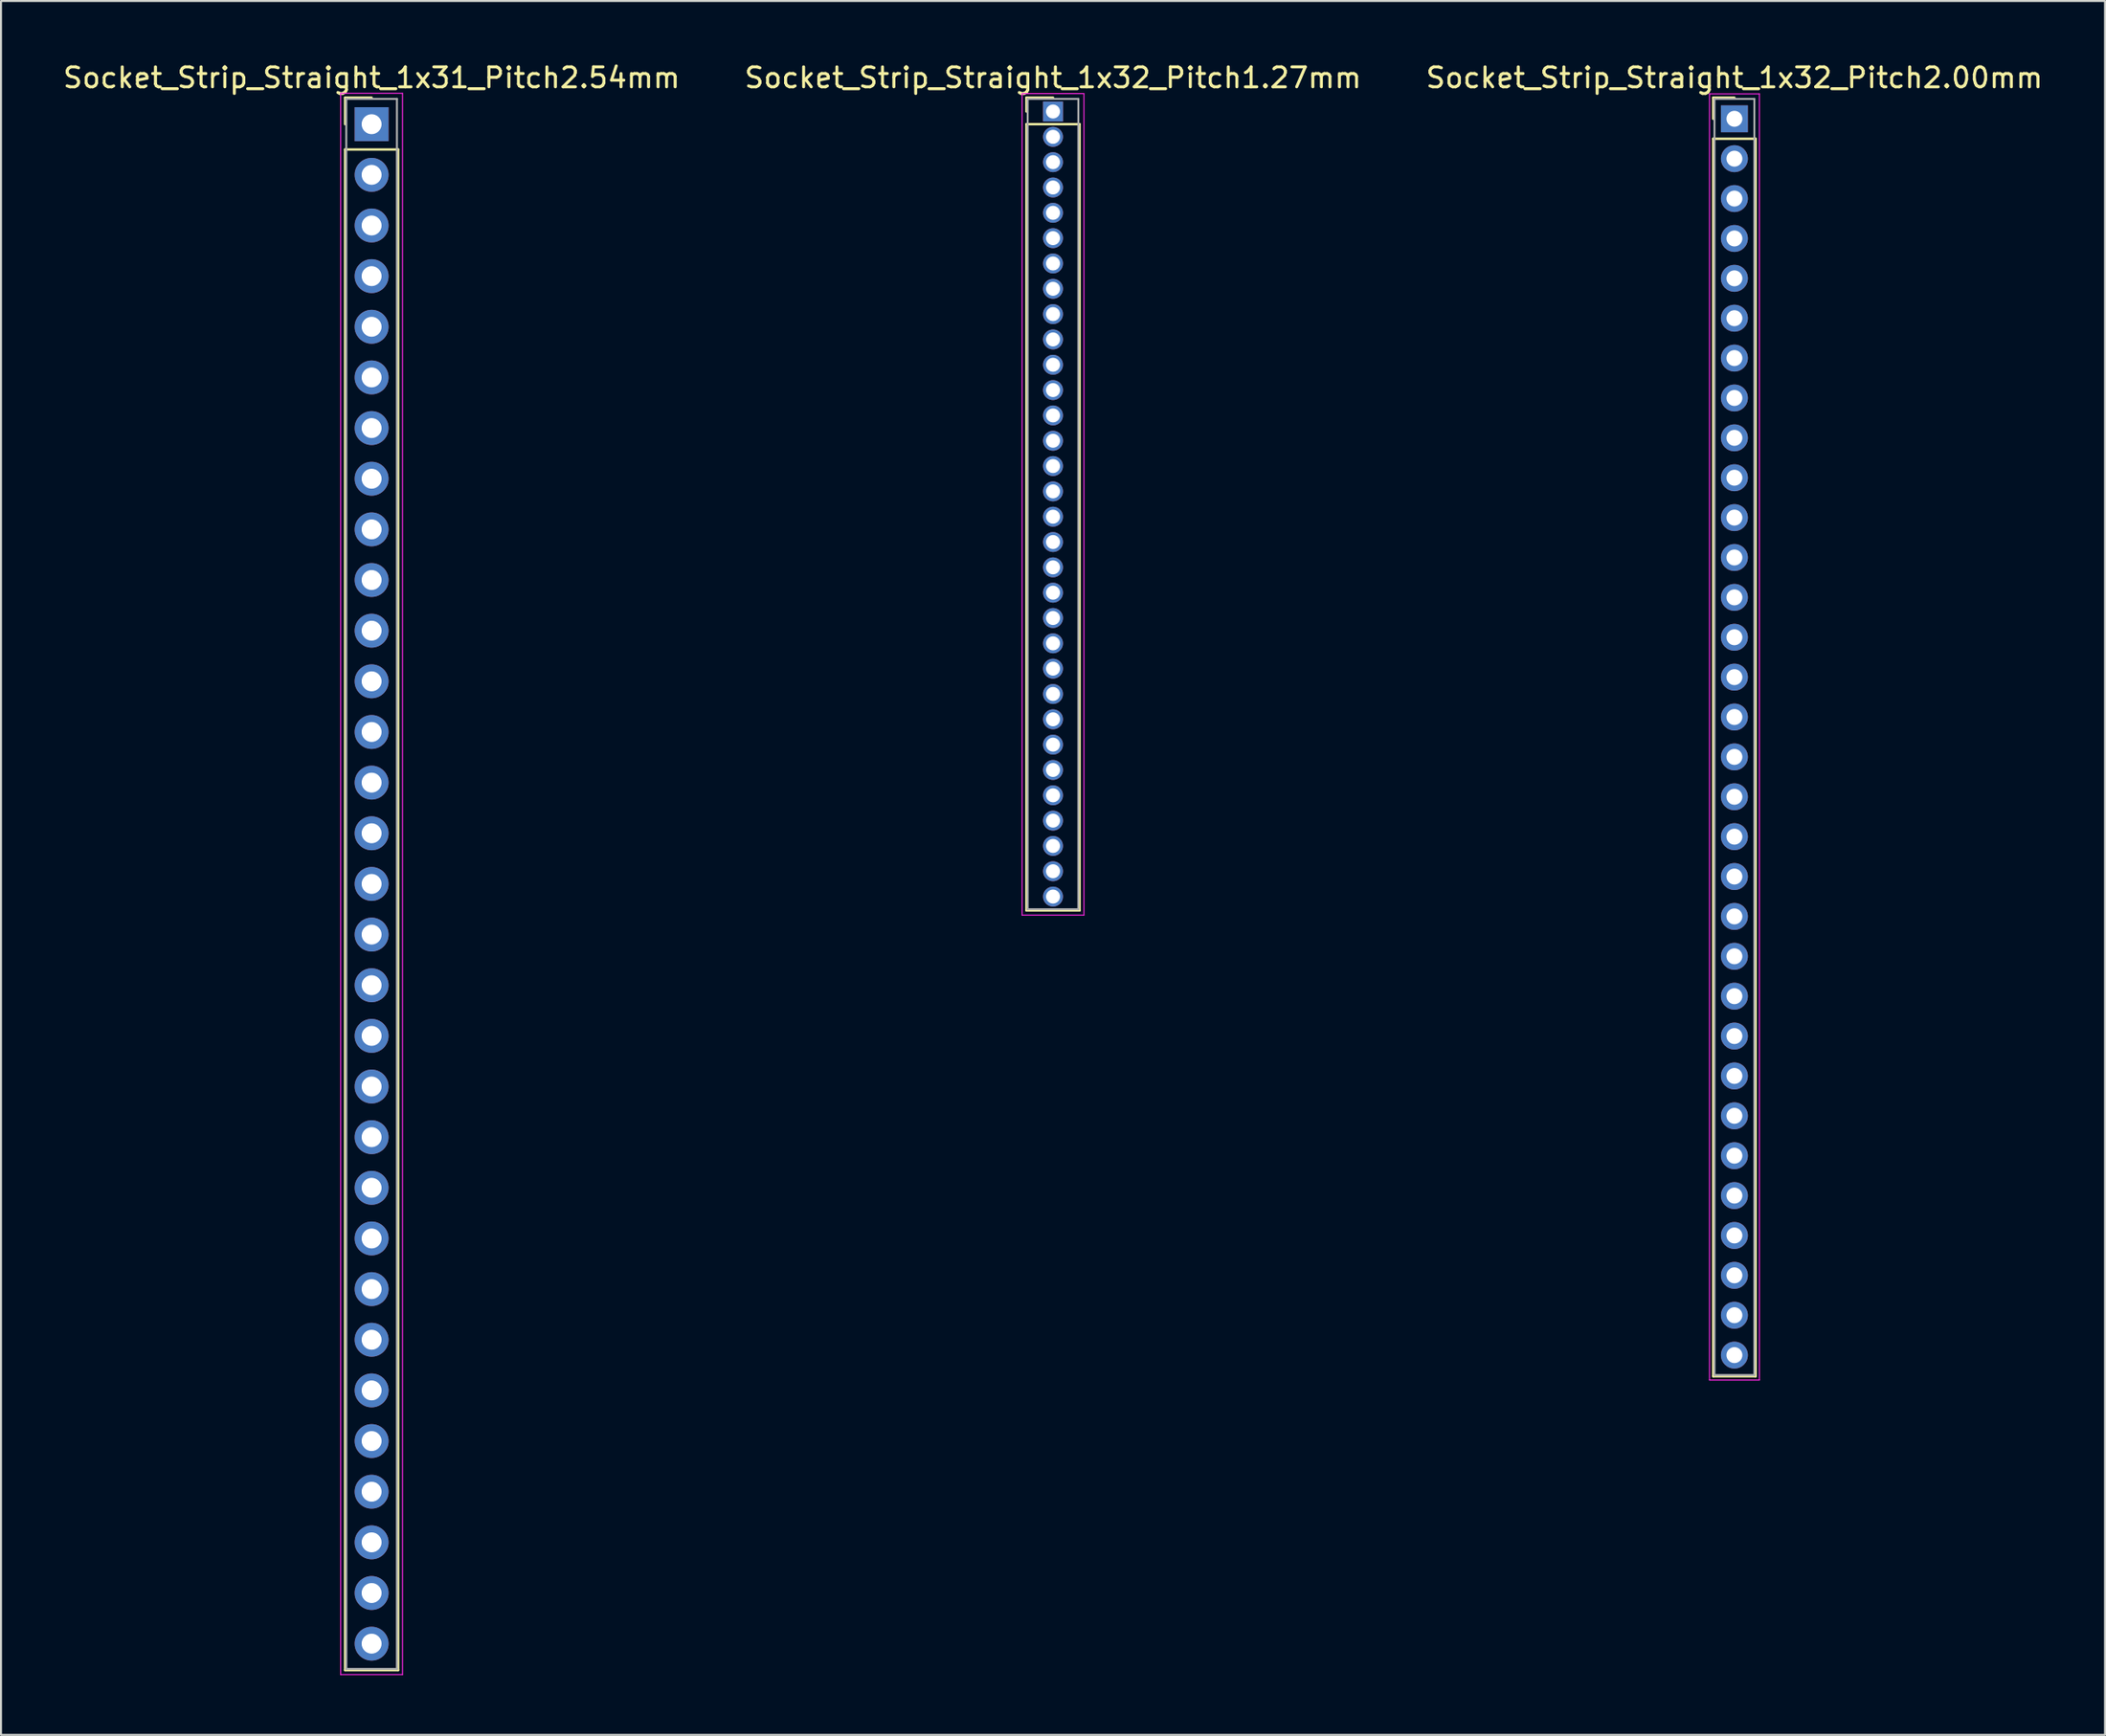
<source format=kicad_pcb>
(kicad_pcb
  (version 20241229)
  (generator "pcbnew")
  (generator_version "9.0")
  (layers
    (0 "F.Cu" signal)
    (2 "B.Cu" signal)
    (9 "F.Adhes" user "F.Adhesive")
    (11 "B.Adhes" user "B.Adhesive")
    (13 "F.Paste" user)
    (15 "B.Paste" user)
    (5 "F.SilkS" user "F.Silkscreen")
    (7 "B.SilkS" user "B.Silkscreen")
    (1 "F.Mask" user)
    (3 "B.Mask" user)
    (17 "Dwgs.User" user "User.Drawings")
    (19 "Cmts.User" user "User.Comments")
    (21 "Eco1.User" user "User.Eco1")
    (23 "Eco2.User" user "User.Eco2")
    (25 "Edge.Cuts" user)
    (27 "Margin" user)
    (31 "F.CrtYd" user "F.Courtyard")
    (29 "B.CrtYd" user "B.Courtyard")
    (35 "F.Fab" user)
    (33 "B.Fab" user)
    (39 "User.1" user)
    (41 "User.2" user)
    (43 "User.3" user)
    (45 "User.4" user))
  (footprint "Socket_Strip_Straight_1x31_Pitch2.54mm"
    (layer "F.Cu")
    (at 15.577 3.178)
    (property "Reference" "Socket_Strip_Straight_1x31_Pitch2.54mm" (at 0 -2.33 0) (layer "F.SilkS") (effects (font (size 1 1) (thickness 0.15))))
    (attr through_hole)
    (fp_line (start -1.33 -1.33) (end 0 -1.33) (stroke (width 0.12) (type solid)) (layer "F.SilkS"))
    (fp_line (start -1.33 0) (end -1.33 -1.33) (stroke (width 0.12) (type solid)) (layer "F.SilkS"))
    (fp_line (start -1.33 1.27) (end -1.33 77.53) (stroke (width 0.12) (type solid)) (layer "F.SilkS"))
    (fp_line (start -1.33 77.53) (end 1.33 77.53) (stroke (width 0.12) (type solid)) (layer "F.SilkS"))
    (fp_line (start 1.33 1.27) (end -1.33 1.27) (stroke (width 0.12) (type solid)) (layer "F.SilkS"))
    (fp_line (start 1.33 77.53) (end 1.33 1.27) (stroke (width 0.12) (type solid)) (layer "F.SilkS"))
    (fp_line (start -1.55 -1.55) (end -1.55 77.75) (stroke (width 0.05) (type solid)) (layer "F.CrtYd"))
    (fp_line (start -1.55 77.75) (end 1.55 77.75) (stroke (width 0.05) (type solid)) (layer "F.CrtYd"))
    (fp_line (start 1.55 -1.55) (end -1.55 -1.55) (stroke (width 0.05) (type solid)) (layer "F.CrtYd"))
    (fp_line (start 1.55 77.75) (end 1.55 -1.55) (stroke (width 0.05) (type solid)) (layer "F.CrtYd"))
    (fp_line (start -1.27 -1.27) (end -1.27 77.47) (stroke (width 0.1) (type solid)) (layer "F.Fab"))
    (fp_line (start -1.27 77.47) (end 1.27 77.47) (stroke (width 0.1) (type solid)) (layer "F.Fab"))
    (fp_line (start 1.27 -1.27) (end -1.27 -1.27) (stroke (width 0.1) (type solid)) (layer "F.Fab"))
    (fp_line (start 1.27 77.47) (end 1.27 -1.27) (stroke (width 0.1) (type solid)) (layer "F.Fab"))
    (pad "1" thru_hole rect (at 0 0) (size 1.7 1.7) (drill 1) (layers "*.Cu" "*.Mask"))
    (pad "2" thru_hole oval (at 0 2.54) (size 1.7 1.7) (drill 1) (layers "*.Cu" "*.Mask"))
    (pad "3" thru_hole oval (at 0 5.08) (size 1.7 1.7) (drill 1) (layers "*.Cu" "*.Mask"))
    (pad "4" thru_hole oval (at 0 7.62) (size 1.7 1.7) (drill 1) (layers "*.Cu" "*.Mask"))
    (pad "5" thru_hole oval (at 0 10.16) (size 1.7 1.7) (drill 1) (layers "*.Cu" "*.Mask"))
    (pad "6" thru_hole oval (at 0 12.7) (size 1.7 1.7) (drill 1) (layers "*.Cu" "*.Mask"))
    (pad "7" thru_hole oval (at 0 15.24) (size 1.7 1.7) (drill 1) (layers "*.Cu" "*.Mask"))
    (pad "8" thru_hole oval (at 0 17.78) (size 1.7 1.7) (drill 1) (layers "*.Cu" "*.Mask"))
    (pad "9" thru_hole oval (at 0 20.32) (size 1.7 1.7) (drill 1) (layers "*.Cu" "*.Mask"))
    (pad "10" thru_hole oval (at 0 22.86) (size 1.7 1.7) (drill 1) (layers "*.Cu" "*.Mask"))
    (pad "11" thru_hole oval (at 0 25.4) (size 1.7 1.7) (drill 1) (layers "*.Cu" "*.Mask"))
    (pad "12" thru_hole oval (at 0 27.94) (size 1.7 1.7) (drill 1) (layers "*.Cu" "*.Mask"))
    (pad "13" thru_hole oval (at 0 30.48) (size 1.7 1.7) (drill 1) (layers "*.Cu" "*.Mask"))
    (pad "14" thru_hole oval (at 0 33.02) (size 1.7 1.7) (drill 1) (layers "*.Cu" "*.Mask"))
    (pad "15" thru_hole oval (at 0 35.56) (size 1.7 1.7) (drill 1) (layers "*.Cu" "*.Mask"))
    (pad "16" thru_hole oval (at 0 38.1) (size 1.7 1.7) (drill 1) (layers "*.Cu" "*.Mask"))
    (pad "17" thru_hole oval (at 0 40.64) (size 1.7 1.7) (drill 1) (layers "*.Cu" "*.Mask"))
    (pad "18" thru_hole oval (at 0 43.18) (size 1.7 1.7) (drill 1) (layers "*.Cu" "*.Mask"))
    (pad "19" thru_hole oval (at 0 45.72) (size 1.7 1.7) (drill 1) (layers "*.Cu" "*.Mask"))
    (pad "20" thru_hole oval (at 0 48.26) (size 1.7 1.7) (drill 1) (layers "*.Cu" "*.Mask"))
    (pad "21" thru_hole oval (at 0 50.8) (size 1.7 1.7) (drill 1) (layers "*.Cu" "*.Mask"))
    (pad "22" thru_hole oval (at 0 53.34) (size 1.7 1.7) (drill 1) (layers "*.Cu" "*.Mask"))
    (pad "23" thru_hole oval (at 0 55.88) (size 1.7 1.7) (drill 1) (layers "*.Cu" "*.Mask"))
    (pad "24" thru_hole oval (at 0 58.42) (size 1.7 1.7) (drill 1) (layers "*.Cu" "*.Mask"))
    (pad "25" thru_hole oval (at 0 60.96) (size 1.7 1.7) (drill 1) (layers "*.Cu" "*.Mask"))
    (pad "26" thru_hole oval (at 0 63.5) (size 1.7 1.7) (drill 1) (layers "*.Cu" "*.Mask"))
    (pad "27" thru_hole oval (at 0 66.04) (size 1.7 1.7) (drill 1) (layers "*.Cu" "*.Mask"))
    (pad "28" thru_hole oval (at 0 68.58) (size 1.7 1.7) (drill 1) (layers "*.Cu" "*.Mask"))
    (pad "29" thru_hole oval (at 0 71.12) (size 1.7 1.7) (drill 1) (layers "*.Cu" "*.Mask"))
    (pad "30" thru_hole oval (at 0 73.66) (size 1.7 1.7) (drill 1) (layers "*.Cu" "*.Mask"))
    (pad "31" thru_hole oval (at 0 76.2) (size 1.7 1.7) (drill 1) (layers "*.Cu" "*.Mask")))
  (footprint "Socket_Strip_Straight_1x32_Pitch1.27mm"
    (layer "F.Cu")
    (at 49.732 2.543)
    (property "Reference" "Socket_Strip_Straight_1x32_Pitch1.27mm" (at 0 -1.695 0) (layer "F.SilkS") (effects (font (size 1 1) (thickness 0.15))))
    (attr through_hole)
    (fp_line (start -1.33 -0.695) (end 0 -0.695) (stroke (width 0.12) (type solid)) (layer "F.SilkS"))
    (fp_line (start -1.33 0) (end -1.33 -0.695) (stroke (width 0.12) (type solid)) (layer "F.SilkS"))
    (fp_line (start -1.33 0.635) (end -1.33 40.065) (stroke (width 0.12) (type solid)) (layer "F.SilkS"))
    (fp_line (start -1.33 40.065) (end 1.33 40.065) (stroke (width 0.12) (type solid)) (layer "F.SilkS"))
    (fp_line (start 1.33 0.635) (end -1.33 0.635) (stroke (width 0.12) (type solid)) (layer "F.SilkS"))
    (fp_line (start 1.33 40.065) (end 1.33 0.635) (stroke (width 0.12) (type solid)) (layer "F.SilkS"))
    (fp_line (start -1.55 -0.9) (end -1.55 40.3) (stroke (width 0.05) (type solid)) (layer "F.CrtYd"))
    (fp_line (start -1.55 40.3) (end 1.55 40.3) (stroke (width 0.05) (type solid)) (layer "F.CrtYd"))
    (fp_line (start 1.55 -0.9) (end -1.55 -0.9) (stroke (width 0.05) (type solid)) (layer "F.CrtYd"))
    (fp_line (start 1.55 40.3) (end 1.55 -0.9) (stroke (width 0.05) (type solid)) (layer "F.CrtYd"))
    (fp_line (start -1.27 -0.635) (end -1.27 40.005) (stroke (width 0.1) (type solid)) (layer "F.Fab"))
    (fp_line (start -1.27 40.005) (end 1.27 40.005) (stroke (width 0.1) (type solid)) (layer "F.Fab"))
    (fp_line (start 1.27 -0.635) (end -1.27 -0.635) (stroke (width 0.1) (type solid)) (layer "F.Fab"))
    (fp_line (start 1.27 40.005) (end 1.27 -0.635) (stroke (width 0.1) (type solid)) (layer "F.Fab"))
    (pad "1" thru_hole rect (at 0 0) (size 1 1) (drill 0.7) (layers "*.Cu" "*.Mask"))
    (pad "2" thru_hole oval (at 0 1.27) (size 1 1) (drill 0.7) (layers "*.Cu" "*.Mask"))
    (pad "3" thru_hole oval (at 0 2.54) (size 1 1) (drill 0.7) (layers "*.Cu" "*.Mask"))
    (pad "4" thru_hole oval (at 0 3.81) (size 1 1) (drill 0.7) (layers "*.Cu" "*.Mask"))
    (pad "5" thru_hole oval (at 0 5.08) (size 1 1) (drill 0.7) (layers "*.Cu" "*.Mask"))
    (pad "6" thru_hole oval (at 0 6.35) (size 1 1) (drill 0.7) (layers "*.Cu" "*.Mask"))
    (pad "7" thru_hole oval (at 0 7.62) (size 1 1) (drill 0.7) (layers "*.Cu" "*.Mask"))
    (pad "8" thru_hole oval (at 0 8.89) (size 1 1) (drill 0.7) (layers "*.Cu" "*.Mask"))
    (pad "9" thru_hole oval (at 0 10.16) (size 1 1) (drill 0.7) (layers "*.Cu" "*.Mask"))
    (pad "10" thru_hole oval (at 0 11.43) (size 1 1) (drill 0.7) (layers "*.Cu" "*.Mask"))
    (pad "11" thru_hole oval (at 0 12.7) (size 1 1) (drill 0.7) (layers "*.Cu" "*.Mask"))
    (pad "12" thru_hole oval (at 0 13.97) (size 1 1) (drill 0.7) (layers "*.Cu" "*.Mask"))
    (pad "13" thru_hole oval (at 0 15.24) (size 1 1) (drill 0.7) (layers "*.Cu" "*.Mask"))
    (pad "14" thru_hole oval (at 0 16.51) (size 1 1) (drill 0.7) (layers "*.Cu" "*.Mask"))
    (pad "15" thru_hole oval (at 0 17.78) (size 1 1) (drill 0.7) (layers "*.Cu" "*.Mask"))
    (pad "16" thru_hole oval (at 0 19.05) (size 1 1) (drill 0.7) (layers "*.Cu" "*.Mask"))
    (pad "17" thru_hole oval (at 0 20.32) (size 1 1) (drill 0.7) (layers "*.Cu" "*.Mask"))
    (pad "18" thru_hole oval (at 0 21.59) (size 1 1) (drill 0.7) (layers "*.Cu" "*.Mask"))
    (pad "19" thru_hole oval (at 0 22.86) (size 1 1) (drill 0.7) (layers "*.Cu" "*.Mask"))
    (pad "20" thru_hole oval (at 0 24.13) (size 1 1) (drill 0.7) (layers "*.Cu" "*.Mask"))
    (pad "21" thru_hole oval (at 0 25.4) (size 1 1) (drill 0.7) (layers "*.Cu" "*.Mask"))
    (pad "22" thru_hole oval (at 0 26.67) (size 1 1) (drill 0.7) (layers "*.Cu" "*.Mask"))
    (pad "23" thru_hole oval (at 0 27.94) (size 1 1) (drill 0.7) (layers "*.Cu" "*.Mask"))
    (pad "24" thru_hole oval (at 0 29.21) (size 1 1) (drill 0.7) (layers "*.Cu" "*.Mask"))
    (pad "25" thru_hole oval (at 0 30.48) (size 1 1) (drill 0.7) (layers "*.Cu" "*.Mask"))
    (pad "26" thru_hole oval (at 0 31.75) (size 1 1) (drill 0.7) (layers "*.Cu" "*.Mask"))
    (pad "27" thru_hole oval (at 0 33.02) (size 1 1) (drill 0.7) (layers "*.Cu" "*.Mask"))
    (pad "28" thru_hole oval (at 0 34.29) (size 1 1) (drill 0.7) (layers "*.Cu" "*.Mask"))
    (pad "29" thru_hole oval (at 0 35.56) (size 1 1) (drill 0.7) (layers "*.Cu" "*.Mask"))
    (pad "30" thru_hole oval (at 0 36.83) (size 1 1) (drill 0.7) (layers "*.Cu" "*.Mask"))
    (pad "31" thru_hole oval (at 0 38.1) (size 1 1) (drill 0.7) (layers "*.Cu" "*.Mask"))
    (pad "32" thru_hole oval (at 0 39.37) (size 1 1) (drill 0.7) (layers "*.Cu" "*.Mask")))
  (footprint "Socket_Strip_Straight_1x32_Pitch2.00mm"
    (layer "F.Cu")
    (at 83.887 2.908)
    (property "Reference" "Socket_Strip_Straight_1x32_Pitch2.00mm" (at 0 -2.06 0) (layer "F.SilkS") (effects (font (size 1 1) (thickness 0.15))))
    (attr through_hole)
    (fp_line (start -1.06 -1.06) (end 0 -1.06) (stroke (width 0.12) (type solid)) (layer "F.SilkS"))
    (fp_line (start -1.06 0) (end -1.06 -1.06) (stroke (width 0.12) (type solid)) (layer "F.SilkS"))
    (fp_line (start -1.06 1) (end -1.06 63.06) (stroke (width 0.12) (type solid)) (layer "F.SilkS"))
    (fp_line (start -1.06 63.06) (end 1.06 63.06) (stroke (width 0.12) (type solid)) (layer "F.SilkS"))
    (fp_line (start 1.06 1) (end -1.06 1) (stroke (width 0.12) (type solid)) (layer "F.SilkS"))
    (fp_line (start 1.06 63.06) (end 1.06 1) (stroke (width 0.12) (type solid)) (layer "F.SilkS"))
    (fp_line (start -1.25 -1.25) (end -1.25 63.25) (stroke (width 0.05) (type solid)) (layer "F.CrtYd"))
    (fp_line (start -1.25 63.25) (end 1.25 63.25) (stroke (width 0.05) (type solid)) (layer "F.CrtYd"))
    (fp_line (start 1.25 -1.25) (end -1.25 -1.25) (stroke (width 0.05) (type solid)) (layer "F.CrtYd"))
    (fp_line (start 1.25 63.25) (end 1.25 -1.25) (stroke (width 0.05) (type solid)) (layer "F.CrtYd"))
    (fp_line (start -1 -1) (end -1 63) (stroke (width 0.1) (type solid)) (layer "F.Fab"))
    (fp_line (start -1 63) (end 1 63) (stroke (width 0.1) (type solid)) (layer "F.Fab"))
    (fp_line (start 1 -1) (end -1 -1) (stroke (width 0.1) (type solid)) (layer "F.Fab"))
    (fp_line (start 1 63) (end 1 -1) (stroke (width 0.1) (type solid)) (layer "F.Fab"))
    (pad "1" thru_hole rect (at 0 0) (size 1.35 1.35) (drill 0.8) (layers "*.Cu" "*.Mask"))
    (pad "2" thru_hole oval (at 0 2) (size 1.35 1.35) (drill 0.8) (layers "*.Cu" "*.Mask"))
    (pad "3" thru_hole oval (at 0 4) (size 1.35 1.35) (drill 0.8) (layers "*.Cu" "*.Mask"))
    (pad "4" thru_hole oval (at 0 6) (size 1.35 1.35) (drill 0.8) (layers "*.Cu" "*.Mask"))
    (pad "5" thru_hole oval (at 0 8) (size 1.35 1.35) (drill 0.8) (layers "*.Cu" "*.Mask"))
    (pad "6" thru_hole oval (at 0 10) (size 1.35 1.35) (drill 0.8) (layers "*.Cu" "*.Mask"))
    (pad "7" thru_hole oval (at 0 12) (size 1.35 1.35) (drill 0.8) (layers "*.Cu" "*.Mask"))
    (pad "8" thru_hole oval (at 0 14) (size 1.35 1.35) (drill 0.8) (layers "*.Cu" "*.Mask"))
    (pad "9" thru_hole oval (at 0 16) (size 1.35 1.35) (drill 0.8) (layers "*.Cu" "*.Mask"))
    (pad "10" thru_hole oval (at 0 18) (size 1.35 1.35) (drill 0.8) (layers "*.Cu" "*.Mask"))
    (pad "11" thru_hole oval (at 0 20) (size 1.35 1.35) (drill 0.8) (layers "*.Cu" "*.Mask"))
    (pad "12" thru_hole oval (at 0 22) (size 1.35 1.35) (drill 0.8) (layers "*.Cu" "*.Mask"))
    (pad "13" thru_hole oval (at 0 24) (size 1.35 1.35) (drill 0.8) (layers "*.Cu" "*.Mask"))
    (pad "14" thru_hole oval (at 0 26) (size 1.35 1.35) (drill 0.8) (layers "*.Cu" "*.Mask"))
    (pad "15" thru_hole oval (at 0 28) (size 1.35 1.35) (drill 0.8) (layers "*.Cu" "*.Mask"))
    (pad "16" thru_hole oval (at 0 30) (size 1.35 1.35) (drill 0.8) (layers "*.Cu" "*.Mask"))
    (pad "17" thru_hole oval (at 0 32) (size 1.35 1.35) (drill 0.8) (layers "*.Cu" "*.Mask"))
    (pad "18" thru_hole oval (at 0 34) (size 1.35 1.35) (drill 0.8) (layers "*.Cu" "*.Mask"))
    (pad "19" thru_hole oval (at 0 36) (size 1.35 1.35) (drill 0.8) (layers "*.Cu" "*.Mask"))
    (pad "20" thru_hole oval (at 0 38) (size 1.35 1.35) (drill 0.8) (layers "*.Cu" "*.Mask"))
    (pad "21" thru_hole oval (at 0 40) (size 1.35 1.35) (drill 0.8) (layers "*.Cu" "*.Mask"))
    (pad "22" thru_hole oval (at 0 42) (size 1.35 1.35) (drill 0.8) (layers "*.Cu" "*.Mask"))
    (pad "23" thru_hole oval (at 0 44) (size 1.35 1.35) (drill 0.8) (layers "*.Cu" "*.Mask"))
    (pad "24" thru_hole oval (at 0 46) (size 1.35 1.35) (drill 0.8) (layers "*.Cu" "*.Mask"))
    (pad "25" thru_hole oval (at 0 48) (size 1.35 1.35) (drill 0.8) (layers "*.Cu" "*.Mask"))
    (pad "26" thru_hole oval (at 0 50) (size 1.35 1.35) (drill 0.8) (layers "*.Cu" "*.Mask"))
    (pad "27" thru_hole oval (at 0 52) (size 1.35 1.35) (drill 0.8) (layers "*.Cu" "*.Mask"))
    (pad "28" thru_hole oval (at 0 54) (size 1.35 1.35) (drill 0.8) (layers "*.Cu" "*.Mask"))
    (pad "29" thru_hole oval (at 0 56) (size 1.35 1.35) (drill 0.8) (layers "*.Cu" "*.Mask"))
    (pad "30" thru_hole oval (at 0 58) (size 1.35 1.35) (drill 0.8) (layers "*.Cu" "*.Mask"))
    (pad "31" thru_hole oval (at 0 60) (size 1.35 1.35) (drill 0.8) (layers "*.Cu" "*.Mask"))
    (pad "32" thru_hole oval (at 0 62) (size 1.35 1.35) (drill 0.8) (layers "*.Cu" "*.Mask")))
  (gr_rect
    (start -3 -3)
    (end 102.464 83.953)
    (stroke (width 0.1) (type default))
    (fill no)
    (layer "Edge.Cuts")))
</source>
